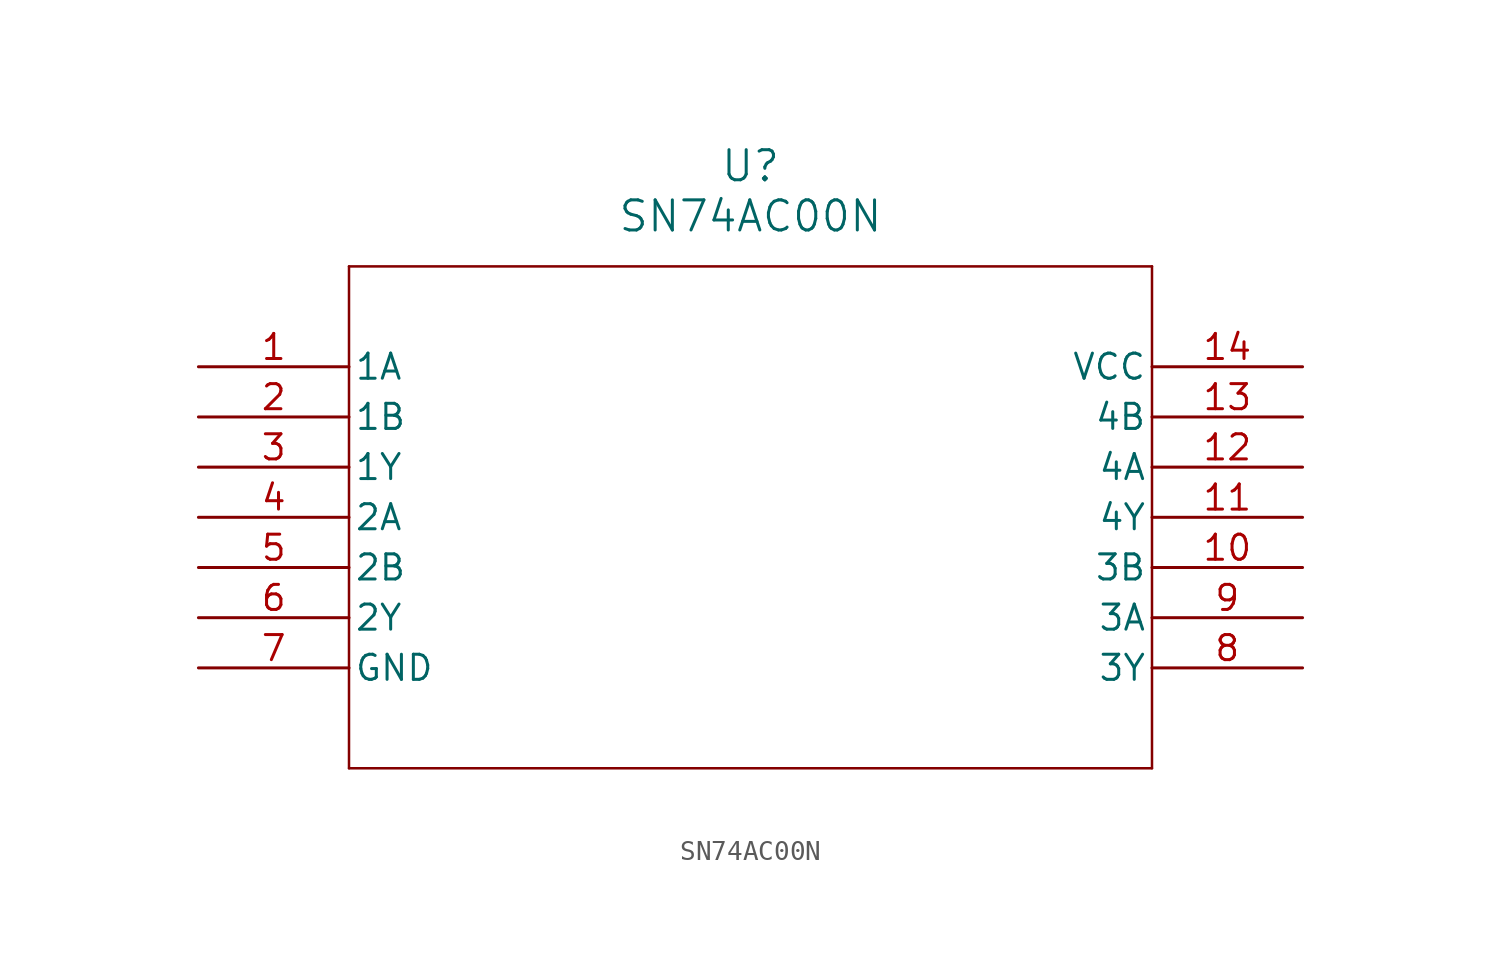
<source format=kicad_sym>
(kicad_symbol_lib
  (version 20211014)
  (generator kicad_symbol_editor)
  (symbol "SN74AC00N"
    (pin_names
      (offset 0.254))
    (property "Reference" "U"
      (at 27.94 10.16 0)
      (effects (font (size 1.524 1.524))))
    (property "Value" "SN74AC00N"
      (at 27.94 7.62 0)
      (effects (font (size 1.524 1.524))))
    (symbol "SN74AC00N_0_1"
      (polyline (pts (xy 7.62 5.08) (xy 7.62 -20.32)) (stroke (width 0.127) (type default) (color 0 0 0 0)) (fill (type none)))
      (polyline (pts (xy 7.62 -20.32) (xy 48.26 -20.32)) (stroke (width 0.127) (type default) (color 0 0 0 0)) (fill (type none)))
      (polyline (pts (xy 48.26 -20.32) (xy 48.26 5.08)) (stroke (width 0.127) (type default) (color 0 0 0 0)) (fill (type none)))
      (polyline (pts (xy 48.26 5.08) (xy 7.62 5.08)) (stroke (width 0.127) (type default) (color 0 0 0 0)) (fill (type none)))
      (pin input line (at 0 0 0) (length 7.62) (name "1A" (effects (font (size 1.27 1.27)))) (number "1" (effects (font (size 1.27 1.27)))))
      (pin input line (at 0 -2.54 0) (length 7.62) (name "1B" (effects (font (size 1.27 1.27)))) (number "2" (effects (font (size 1.27 1.27)))))
      (pin output line (at 0 -5.08 0) (length 7.62) (name "1Y" (effects (font (size 1.27 1.27)))) (number "3" (effects (font (size 1.27 1.27)))))
      (pin input line (at 0 -7.62 0) (length 7.62) (name "2A" (effects (font (size 1.27 1.27)))) (number "4" (effects (font (size 1.27 1.27)))))
      (pin input line (at 0 -10.16 0) (length 7.62) (name "2B" (effects (font (size 1.27 1.27)))) (number "5" (effects (font (size 1.27 1.27)))))
      (pin output line (at 0 -12.7 0) (length 7.62) (name "2Y" (effects (font (size 1.27 1.27)))) (number "6" (effects (font (size 1.27 1.27)))))
      (pin power_in line (at 0 -15.24 0) (length 7.62) (name "GND" (effects (font (size 1.27 1.27)))) (number "7" (effects (font (size 1.27 1.27)))))
      (pin output line (at 55.88 -15.24 180) (length 7.62) (name "3Y" (effects (font (size 1.27 1.27)))) (number "8" (effects (font (size 1.27 1.27)))))
      (pin input line (at 55.88 -12.7 180) (length 7.62) (name "3A" (effects (font (size 1.27 1.27)))) (number "9" (effects (font (size 1.27 1.27)))))
      (pin input line (at 55.88 -10.16 180) (length 7.62) (name "3B" (effects (font (size 1.27 1.27)))) (number "10" (effects (font (size 1.27 1.27)))))
      (pin output line (at 55.88 -7.62 180) (length 7.62) (name "4Y" (effects (font (size 1.27 1.27)))) (number "11" (effects (font (size 1.27 1.27)))))
      (pin input line (at 55.88 -5.08 180) (length 7.62) (name "4A" (effects (font (size 1.27 1.27)))) (number "12" (effects (font (size 1.27 1.27)))))
      (pin input line (at 55.88 -2.54 180) (length 7.62) (name "4B" (effects (font (size 1.27 1.27)))) (number "13" (effects (font (size 1.27 1.27)))))
      (pin power_in line (at 55.88 0 180) (length 7.62) (name "VCC" (effects (font (size 1.27 1.27)))) (number "14" (effects (font (size 1.27 1.27))))))))
</source>
